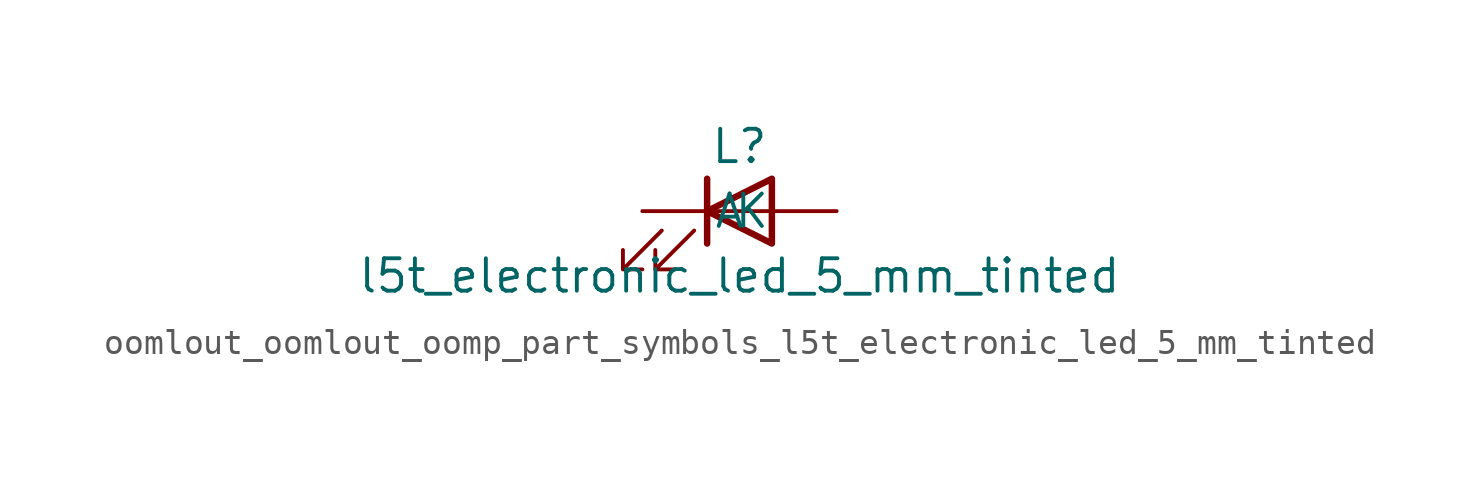
<source format=kicad_sym>
(kicad_symbol_lib
  (version 20220914)
  (generator kicad_symbol_editor)
  (symbol "oomlout_oomlout_oomp_part_symbols_l5t_electronic_led_5_mm_tinted"
    (pin_numbers hide)
    (pin_names
      (offset 1.016))
    (property "Reference" "L"
      (at 0 2.54 0)
      (effects (font (size 1.27 1.27))))
    (property "Value" "l5t_electronic_led_5_mm_tinted"
      (at 0 -2.54 0)
      (effects (font (size 1.27 1.27))))
    (symbol "oomlout_oomlout_oomp_part_symbols_l5t_electronic_led_5_mm_tinted_0_1"
      (polyline (pts (xy -1.27 -1.27) (xy -1.27 1.27)) (stroke (width 0.254) (type default)) (fill (type none)))
      (polyline (pts (xy -1.27 0) (xy 1.27 0)) (stroke (width 0) (type default)) (fill (type none)))
      (polyline (pts (xy 1.27 -1.27) (xy 1.27 1.27) (xy -1.27 0) (xy 1.27 -1.27)) (stroke (width 0.254) (type default)) (fill (type none)))
      (polyline (pts (xy -3.048 -0.762) (xy -4.572 -2.286) (xy -3.81 -2.286) (xy -4.572 -2.286) (xy -4.572 -1.524)) (stroke (width 0) (type default)) (fill (type none)))
      (polyline (pts (xy -1.778 -0.762) (xy -3.302 -2.286) (xy -2.54 -2.286) (xy -3.302 -2.286) (xy -3.302 -1.524)) (stroke (width 0) (type default)) (fill (type none))))
    (symbol "oomlout_oomlout_oomp_part_symbols_l5t_electronic_led_5_mm_tinted_1_1"
      (pin passive line (at -3.81 0 0) (length 2.54) (name "K" (effects (font (size 1.27 1.27)))) (number "1" (effects (font (size 1.27 1.27)))))
      (pin passive line (at 3.81 0 180) (length 2.54) (name "A" (effects (font (size 1.27 1.27)))) (number "2" (effects (font (size 1.27 1.27))))))))
</source>
